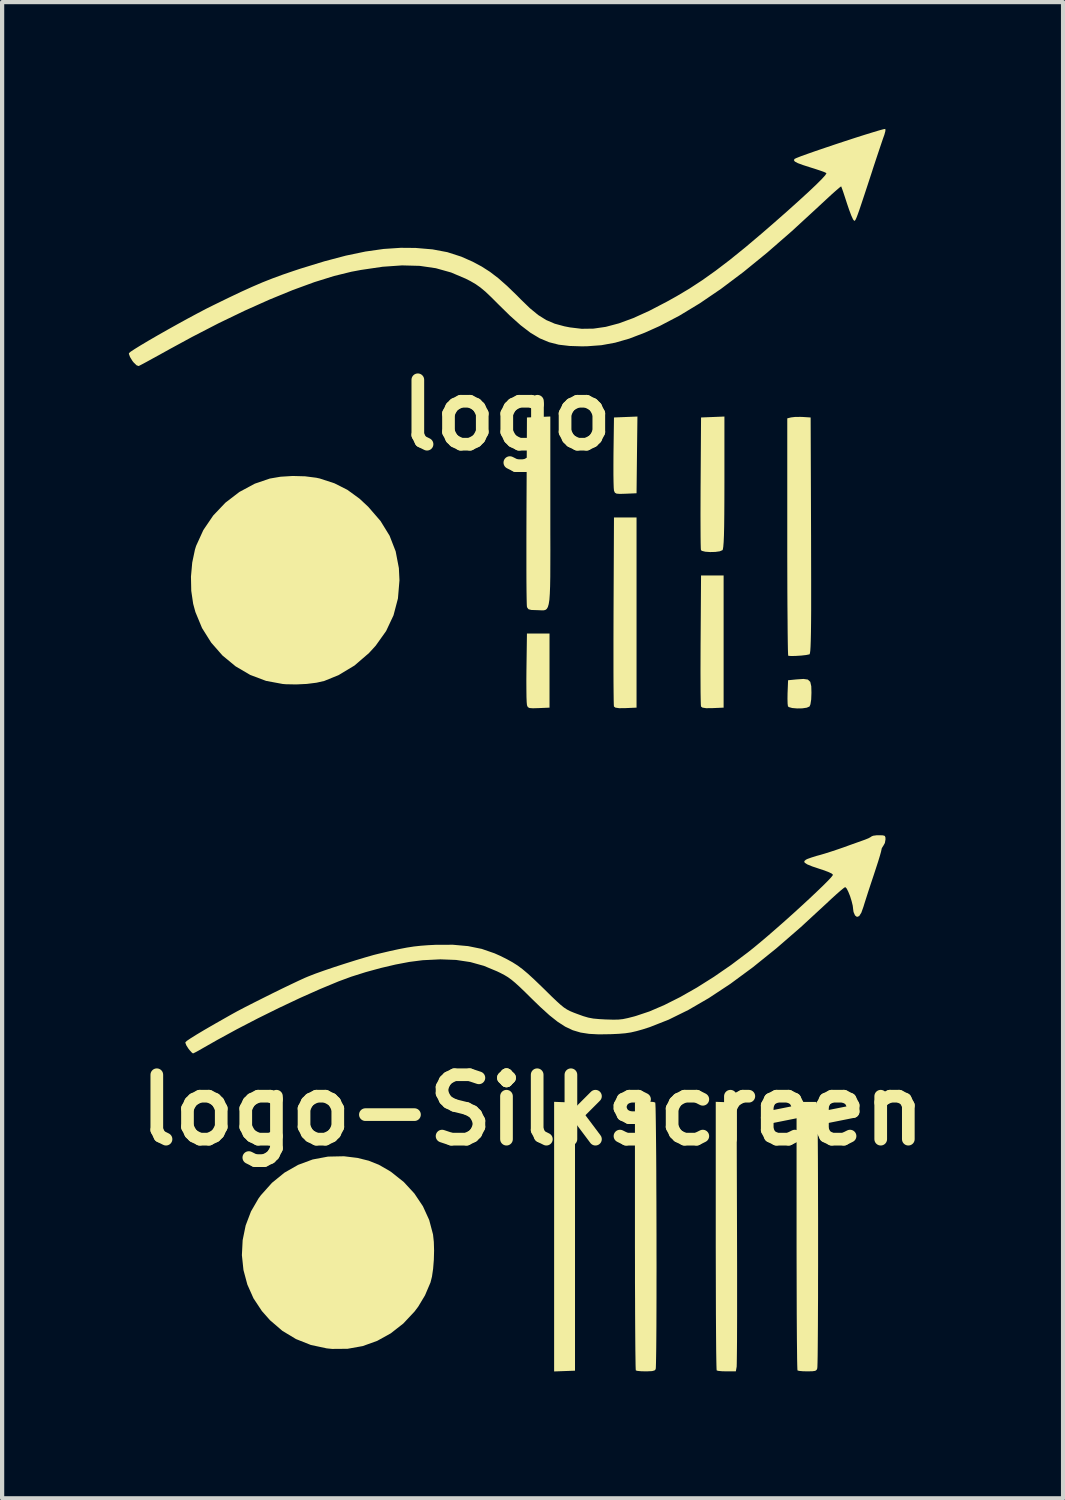
<source format=kicad_pcb>
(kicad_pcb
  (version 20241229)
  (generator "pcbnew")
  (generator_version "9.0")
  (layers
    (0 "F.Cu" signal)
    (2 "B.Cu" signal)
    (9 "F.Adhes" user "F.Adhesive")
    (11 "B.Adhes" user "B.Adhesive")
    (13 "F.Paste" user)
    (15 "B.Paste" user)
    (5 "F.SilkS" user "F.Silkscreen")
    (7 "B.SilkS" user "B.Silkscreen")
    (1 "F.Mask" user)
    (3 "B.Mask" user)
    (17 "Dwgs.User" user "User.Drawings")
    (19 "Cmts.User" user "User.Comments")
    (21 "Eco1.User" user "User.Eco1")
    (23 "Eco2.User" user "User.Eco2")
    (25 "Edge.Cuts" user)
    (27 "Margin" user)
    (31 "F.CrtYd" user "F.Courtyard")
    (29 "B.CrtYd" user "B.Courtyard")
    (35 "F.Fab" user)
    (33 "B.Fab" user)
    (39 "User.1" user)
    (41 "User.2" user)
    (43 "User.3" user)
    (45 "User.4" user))
  (footprint "logo"
    (layer "F.Cu")
    (at 8.94 6.77)
    (property "Reference" "logo" (at 0 0 0) (layer "F.SilkS") (effects (font (size 1.524 1.524) (thickness 0.3))))
    (attr board_only exclude_from_pos_files exclude_from_bom)
    (fp_poly (pts (xy 1.011 6.922) (xy 0.754 6.933) (xy 0.617 6.937) (xy 0.538 6.931) (xy 0.498 6.91) (xy 0.479 6.868) (xy 0.477 6.857) (xy 0.471 6.794) (xy 0.466 6.667) (xy 0.464 6.489) (xy 0.463 6.274) (xy 0.465 6.034) (xy 0.466 5.969) (xy 0.477 5.168) (xy 1.011 5.168)) (stroke (width 0) (type solid)) (fill yes) (layer "F.SilkS"))
    (fp_poly (pts (xy 5.13 6.922) (xy 4.872 6.933) (xy 4.717 6.935) (xy 4.628 6.921) (xy 4.595 6.895) (xy 4.591 6.847) (xy 4.588 6.732) (xy 4.585 6.556) (xy 4.584 6.33) (xy 4.583 6.062) (xy 4.584 5.759) (xy 4.585 5.43) (xy 4.586 5.32) (xy 4.596 3.795) (xy 5.13 3.795)) (stroke (width 0) (type solid)) (fill yes) (layer "F.SilkS"))
    (fp_poly (pts (xy 3.07 6.922) (xy 2.812 6.933) (xy 2.658 6.935) (xy 2.568 6.921) (xy 2.535 6.895) (xy 2.532 6.849) (xy 2.529 6.733) (xy 2.527 6.555) (xy 2.525 6.322) (xy 2.524 6.039) (xy 2.524 5.715) (xy 2.524 5.357) (xy 2.525 4.97) (xy 2.526 4.634) (xy 2.536 2.422) (xy 3.07 2.422)) (stroke (width 0) (type solid)) (fill yes) (layer "F.SilkS"))
    (fp_poly (pts (xy 3.08 0.942) (xy 3.07 1.85) (xy 2.814 1.861) (xy 2.677 1.865) (xy 2.598 1.859) (xy 2.558 1.837) (xy 2.539 1.795) (xy 2.536 1.785) (xy 2.53 1.722) (xy 2.526 1.595) (xy 2.523 1.417) (xy 2.523 1.201) (xy 2.524 0.959) (xy 2.525 0.877) (xy 2.536 0.057) (xy 2.813 0.046) (xy 3.091 0.035)) (stroke (width 0) (type solid)) (fill yes) (layer "F.SilkS"))
    (fp_poly (pts (xy 7.123 6.258) (xy 7.18 6.312) (xy 7.204 6.417) (xy 7.208 6.57) (xy 7.202 6.729) (xy 7.184 6.844) (xy 7.162 6.895) (xy 7.098 6.923) (xy 6.991 6.939) (xy 6.868 6.941) (xy 6.753 6.931) (xy 6.673 6.909) (xy 6.652 6.89) (xy 6.644 6.828) (xy 6.641 6.714) (xy 6.643 6.571) (xy 6.644 6.556) (xy 6.655 6.274) (xy 6.855 6.254) (xy 7.02 6.243)) (stroke (width 0) (type solid)) (fill yes) (layer "F.SilkS"))
    (fp_poly (pts (xy 5.149 1.593) (xy 5.148 2.008) (xy 5.146 2.352) (xy 5.143 2.63) (xy 5.138 2.846) (xy 5.131 3.006) (xy 5.122 3.115) (xy 5.112 3.177) (xy 5.103 3.196) (xy 5.04 3.223) (xy 4.934 3.238) (xy 4.811 3.241) (xy 4.697 3.233) (xy 4.616 3.213) (xy 4.594 3.194) (xy 4.59 3.147) (xy 4.587 3.031) (xy 4.585 2.856) (xy 4.584 2.63) (xy 4.583 2.361) (xy 4.584 2.058) (xy 4.585 1.728) (xy 4.586 1.602) (xy 4.596 0.057) (xy 4.872 0.046) (xy 5.149 0.035)) (stroke (width 0) (type solid)) (fill yes) (layer "F.SilkS"))
    (fp_poly (pts (xy 1.03 2.301) (xy 1.03 2.781) (xy 1.031 3.19) (xy 1.03 3.534) (xy 1.029 3.818) (xy 1.025 4.048) (xy 1.018 4.23) (xy 1.008 4.37) (xy 0.992 4.472) (xy 0.972 4.542) (xy 0.945 4.587) (xy 0.912 4.611) (xy 0.87 4.62) (xy 0.82 4.62) (xy 0.761 4.617) (xy 0.703 4.615) (xy 0.582 4.611) (xy 0.516 4.595) (xy 0.485 4.558) (xy 0.476 4.529) (xy 0.473 4.476) (xy 0.47 4.354) (xy 0.467 4.169) (xy 0.465 3.93) (xy 0.464 3.642) (xy 0.464 3.314) (xy 0.464 2.952) (xy 0.465 2.564) (xy 0.466 2.25) (xy 0.477 0.057) (xy 0.753 0.046) (xy 1.03 0.034)) (stroke (width 0) (type solid)) (fill yes) (layer "F.SilkS"))
    (fp_poly (pts (xy 7.001 0.045) (xy 7.189 0.057) (xy 7.199 2.852) (xy 7.2 3.401) (xy 7.201 3.878) (xy 7.201 4.287) (xy 7.201 4.633) (xy 7.199 4.921) (xy 7.196 5.154) (xy 7.192 5.338) (xy 7.187 5.475) (xy 7.181 5.572) (xy 7.173 5.631) (xy 7.164 5.659) (xy 7.161 5.661) (xy 7.082 5.677) (xy 6.968 5.69) (xy 6.844 5.698) (xy 6.736 5.701) (xy 6.668 5.696) (xy 6.658 5.692) (xy 6.655 5.651) (xy 6.651 5.54) (xy 6.648 5.365) (xy 6.645 5.131) (xy 6.643 4.846) (xy 6.64 4.514) (xy 6.638 4.142) (xy 6.637 3.736) (xy 6.636 3.302) (xy 6.636 2.874) (xy 6.636 0.078) (xy 6.724 0.056) (xy 6.815 0.045) (xy 6.942 0.043)) (stroke (width 0) (type solid)) (fill yes) (layer "F.SilkS"))
    (fp_poly (pts (xy -4.772 1.449) (xy -4.506 1.483) (xy -4.424 1.501) (xy -4.078 1.614) (xy -3.771 1.769) (xy -3.483 1.979) (xy -3.277 2.171) (xy -2.988 2.505) (xy -2.773 2.854) (xy -2.629 3.224) (xy -2.553 3.621) (xy -2.539 3.909) (xy -2.575 4.339) (xy -2.68 4.738) (xy -2.855 5.11) (xy -3.102 5.457) (xy -3.26 5.63) (xy -3.602 5.925) (xy -3.98 6.153) (xy -4.32 6.291) (xy -4.501 6.332) (xy -4.732 6.361) (xy -4.984 6.373) (xy -5.233 6.368) (xy -5.302 6.362) (xy -5.696 6.289) (xy -6.07 6.148) (xy -6.416 5.945) (xy -6.727 5.688) (xy -6.994 5.383) (xy -7.21 5.039) (xy -7.367 4.66) (xy -7.42 4.465) (xy -7.465 4.159) (xy -7.472 3.823) (xy -7.442 3.489) (xy -7.378 3.184) (xy -7.351 3.097) (xy -7.179 2.72) (xy -6.945 2.376) (xy -6.657 2.073) (xy -6.326 1.819) (xy -5.961 1.623) (xy -5.606 1.502) (xy -5.355 1.459) (xy -5.066 1.441)) (stroke (width 0) (type solid)) (fill yes) (layer "F.SilkS"))
    (fp_poly (pts (xy 8.956 -6.77) (xy 8.958 -6.723) (xy 8.935 -6.638) (xy 8.931 -6.625) (xy 8.904 -6.551) (xy 8.859 -6.418) (xy 8.799 -6.24) (xy 8.729 -6.03) (xy 8.654 -5.803) (xy 8.653 -5.797) (xy 8.546 -5.47) (xy 8.46 -5.209) (xy 8.392 -5.005) (xy 8.341 -4.853) (xy 8.302 -4.744) (xy 8.274 -4.671) (xy 8.254 -4.627) (xy 8.239 -4.604) (xy 8.226 -4.596) (xy 8.219 -4.596) (xy 8.192 -4.63) (xy 8.15 -4.722) (xy 8.099 -4.858) (xy 8.052 -4.996) (xy 7.999 -5.159) (xy 7.955 -5.292) (xy 7.923 -5.381) (xy 7.911 -5.411) (xy 7.881 -5.39) (xy 7.804 -5.325) (xy 7.689 -5.223) (xy 7.546 -5.091) (xy 7.382 -4.939) (xy 7.372 -4.929) (xy 6.746 -4.353) (xy 6.156 -3.839) (xy 5.599 -3.385) (xy 5.07 -2.987) (xy 4.565 -2.643) (xy 4.081 -2.35) (xy 3.613 -2.105) (xy 3.265 -1.949) (xy 2.897 -1.808) (xy 2.563 -1.712) (xy 2.24 -1.653) (xy 1.903 -1.628) (xy 1.773 -1.626) (xy 1.485 -1.635) (xy 1.23 -1.665) (xy 0.999 -1.724) (xy 0.779 -1.816) (xy 0.559 -1.948) (xy 0.328 -2.125) (xy 0.074 -2.352) (xy -0.191 -2.612) (xy -0.367 -2.788) (xy -0.506 -2.92) (xy -0.625 -3.019) (xy -0.737 -3.098) (xy -0.859 -3.169) (xy -0.973 -3.227) (xy -1.317 -3.373) (xy -1.677 -3.474) (xy -2.061 -3.53) (xy -2.478 -3.541) (xy -2.937 -3.509) (xy -3.447 -3.434) (xy -3.676 -3.391) (xy -4.087 -3.29) (xy -4.552 -3.145) (xy -5.063 -2.958) (xy -5.615 -2.732) (xy -6.2 -2.47) (xy -6.813 -2.175) (xy -7.446 -1.848) (xy -7.963 -1.567) (xy -8.174 -1.45) (xy -8.365 -1.345) (xy -8.523 -1.258) (xy -8.639 -1.196) (xy -8.703 -1.163) (xy -8.709 -1.16) (xy -8.758 -1.177) (xy -8.826 -1.242) (xy -8.857 -1.281) (xy -8.914 -1.374) (xy -8.94 -1.446) (xy -8.939 -1.464) (xy -8.901 -1.498) (xy -8.804 -1.562) (xy -8.66 -1.651) (xy -8.477 -1.76) (xy -8.265 -1.883) (xy -8.034 -2.014) (xy -7.794 -2.148) (xy -7.554 -2.28) (xy -7.323 -2.404) (xy -7.112 -2.515) (xy -6.943 -2.599) (xy -6.587 -2.773) (xy -6.284 -2.917) (xy -6.019 -3.037) (xy -5.777 -3.141) (xy -5.544 -3.233) (xy -5.305 -3.321) (xy -5.045 -3.41) (xy -4.882 -3.464) (xy -4.318 -3.637) (xy -3.808 -3.772) (xy -3.343 -3.869) (xy -2.914 -3.93) (xy -2.509 -3.957) (xy -2.155 -3.954) (xy -1.757 -3.92) (xy -1.406 -3.854) (xy -1.077 -3.748) (xy -0.806 -3.628) (xy -0.595 -3.515) (xy -0.398 -3.389) (xy -0.203 -3.24) (xy 0.006 -3.056) (xy 0.243 -2.827) (xy 0.324 -2.744) (xy 0.546 -2.529) (xy 0.743 -2.367) (xy 0.933 -2.248) (xy 1.134 -2.162) (xy 1.362 -2.1) (xy 1.495 -2.074) (xy 1.771 -2.041) (xy 2.051 -2.045) (xy 2.342 -2.087) (xy 2.654 -2.17) (xy 2.994 -2.295) (xy 3.371 -2.466) (xy 3.791 -2.685) (xy 4.024 -2.815) (xy 4.323 -2.993) (xy 4.627 -3.192) (xy 4.942 -3.416) (xy 5.279 -3.673) (xy 5.645 -3.969) (xy 6.049 -4.311) (xy 6.305 -4.533) (xy 6.626 -4.815) (xy 6.903 -5.064) (xy 7.136 -5.277) (xy 7.321 -5.452) (xy 7.455 -5.586) (xy 7.537 -5.677) (xy 7.563 -5.722) (xy 7.561 -5.725) (xy 7.514 -5.748) (xy 7.412 -5.785) (xy 7.273 -5.831) (xy 7.208 -5.851) (xy 7.014 -5.913) (xy 6.886 -5.96) (xy 6.815 -5.998) (xy 6.793 -6.031) (xy 6.808 -6.06) (xy 6.854 -6.082) (xy 6.96 -6.124) (xy 7.116 -6.18) (xy 7.309 -6.248) (xy 7.53 -6.323) (xy 7.767 -6.403) (xy 8.009 -6.483) (xy 8.245 -6.56) (xy 8.465 -6.63) (xy 8.657 -6.689) (xy 8.81 -6.735) (xy 8.913 -6.763) (xy 8.956 -6.77)) (stroke (width 0) (type solid)) (fill yes) (layer "F.SilkS")))
  (footprint "logo-Silkscreen"
    (layer "F.Cu")
    (at 9.55 23.212)
    (property "Reference" "logo-Silkscreen" (at 0 0 0) (layer "F.SilkS") (effects (font (size 1.524 1.524) (thickness 0.3))))
    (attr board_only exclude_from_pos_files exclude_from_bom)
    (fp_poly (pts (xy 1.004 -0.175) (xy 1.004 6.167) (xy 0.51 6.185) (xy 0.51 -0.194)) (stroke (width 0) (type solid)) (fill yes) (layer "F.SilkS"))
    (fp_poly (pts (xy 4.581 -0.185) (xy 4.828 -0.175) (xy 4.837 2.9) (xy 4.838 3.34) (xy 4.839 3.762) (xy 4.839 4.164) (xy 4.839 4.54) (xy 4.839 4.885) (xy 4.838 5.196) (xy 4.837 5.468) (xy 4.835 5.695) (xy 4.833 5.874) (xy 4.831 6.001) (xy 4.829 6.069) (xy 4.828 6.079) (xy 4.809 6.183) (xy 4.593 6.183) (xy 4.481 6.18) (xy 4.396 6.172) (xy 4.356 6.161) (xy 4.353 6.127) (xy 4.35 6.034) (xy 4.347 5.885) (xy 4.344 5.685) (xy 4.342 5.44) (xy 4.34 5.151) (xy 4.338 4.826) (xy 4.337 4.466) (xy 4.336 4.077) (xy 4.335 3.664) (xy 4.334 3.23) (xy 4.334 2.973) (xy 4.334 -0.194)) (stroke (width 0) (type solid)) (fill yes) (layer "F.SilkS"))
    (fp_poly (pts (xy -4.143 1.133) (xy -3.877 1.199) (xy -3.637 1.295) (xy -3.398 1.432) (xy -3.341 1.469) (xy -3.046 1.704) (xy -2.796 1.975) (xy -2.594 2.277) (xy -2.446 2.601) (xy -2.356 2.94) (xy -2.355 2.945) (xy -2.336 3.121) (xy -2.33 3.328) (xy -2.336 3.546) (xy -2.353 3.757) (xy -2.38 3.942) (xy -2.415 4.08) (xy -2.545 4.385) (xy -2.706 4.653) (xy -2.792 4.767) (xy -3.058 5.051) (xy -3.354 5.283) (xy -3.677 5.462) (xy -4.019 5.585) (xy -4.377 5.649) (xy -4.743 5.652) (xy -4.87 5.639) (xy -5.247 5.558) (xy -5.597 5.419) (xy -5.92 5.224) (xy -6.211 4.974) (xy -6.404 4.756) (xy -6.603 4.455) (xy -6.748 4.129) (xy -6.84 3.786) (xy -6.877 3.433) (xy -6.859 3.078) (xy -6.788 2.731) (xy -6.662 2.399) (xy -6.482 2.089) (xy -6.428 2.016) (xy -6.165 1.722) (xy -5.87 1.482) (xy -5.548 1.298) (xy -5.203 1.17) (xy -4.84 1.102) (xy -4.462 1.094)) (stroke (width 0) (type solid)) (fill yes) (layer "F.SilkS"))
    (fp_poly (pts (xy 6.736 0.024) (xy 6.739 0.09) (xy 6.742 0.211) (xy 6.744 0.384) (xy 6.747 0.602) (xy 6.749 0.86) (xy 6.751 1.153) (xy 6.752 1.474) (xy 6.753 1.819) (xy 6.754 2.182) (xy 6.755 2.558) (xy 6.755 2.941) (xy 6.755 3.325) (xy 6.755 3.706) (xy 6.754 4.078) (xy 6.754 4.435) (xy 6.752 4.772) (xy 6.751 5.084) (xy 6.749 5.364) (xy 6.747 5.608) (xy 6.745 5.81) (xy 6.742 5.965) (xy 6.739 6.067) (xy 6.736 6.111) (xy 6.736 6.111) (xy 6.72 6.149) (xy 6.687 6.171) (xy 6.623 6.18) (xy 6.51 6.183) (xy 6.503 6.183) (xy 6.392 6.18) (xy 6.307 6.172) (xy 6.268 6.161) (xy 6.265 6.127) (xy 6.262 6.034) (xy 6.259 5.885) (xy 6.257 5.685) (xy 6.254 5.44) (xy 6.252 5.151) (xy 6.25 4.826) (xy 6.249 4.466) (xy 6.248 4.078) (xy 6.247 3.664) (xy 6.246 3.23) (xy 6.246 2.974) (xy 6.246 -0.191) (xy 6.715 -0.191)) (stroke (width 0) (type solid)) (fill yes) (layer "F.SilkS"))
    (fp_poly (pts (xy 2.854 -0.191) (xy 2.901 -0.178) (xy 2.902 -0.177) (xy 2.906 -0.142) (xy 2.91 -0.048) (xy 2.913 0.099) (xy 2.916 0.293) (xy 2.919 0.531) (xy 2.922 0.805) (xy 2.925 1.112) (xy 2.927 1.446) (xy 2.928 1.801) (xy 2.93 2.173) (xy 2.931 2.555) (xy 2.932 2.944) (xy 2.932 3.332) (xy 2.933 3.716) (xy 2.932 4.09) (xy 2.932 4.449) (xy 2.931 4.786) (xy 2.93 5.098) (xy 2.928 5.379) (xy 2.926 5.624) (xy 2.923 5.826) (xy 2.92 5.982) (xy 2.917 6.085) (xy 2.913 6.131) (xy 2.913 6.132) (xy 2.886 6.161) (xy 2.826 6.177) (xy 2.719 6.182) (xy 2.679 6.183) (xy 2.567 6.18) (xy 2.483 6.172) (xy 2.443 6.161) (xy 2.44 6.127) (xy 2.437 6.034) (xy 2.435 5.885) (xy 2.432 5.685) (xy 2.43 5.44) (xy 2.428 5.152) (xy 2.426 4.826) (xy 2.425 4.466) (xy 2.423 4.078) (xy 2.423 3.664) (xy 2.422 3.23) (xy 2.422 2.977) (xy 2.422 -0.186) (xy 2.647 -0.197) (xy 2.763 -0.198)) (stroke (width 0) (type solid)) (fill yes) (layer "F.SilkS"))
    (fp_poly (pts (xy 8.286 -6.499) (xy 8.332 -6.486) (xy 8.348 -6.452) (xy 8.35 -6.403) (xy 8.335 -6.317) (xy 8.302 -6.258) (xy 8.262 -6.194) (xy 8.254 -6.156) (xy 8.244 -6.11) (xy 8.217 -6.014) (xy 8.176 -5.879) (xy 8.123 -5.716) (xy 8.067 -5.545) (xy 8.003 -5.353) (xy 7.942 -5.168) (xy 7.89 -5.005) (xy 7.849 -4.877) (xy 7.828 -4.808) (xy 7.778 -4.668) (xy 7.727 -4.588) (xy 7.675 -4.569) (xy 7.629 -4.604) (xy 7.594 -4.685) (xy 7.585 -4.747) (xy 7.575 -4.834) (xy 7.548 -4.944) (xy 7.512 -5.06) (xy 7.47 -5.164) (xy 7.431 -5.241) (xy 7.398 -5.274) (xy 7.396 -5.274) (xy 7.363 -5.253) (xy 7.292 -5.195) (xy 7.191 -5.107) (xy 7.069 -4.996) (xy 6.955 -4.889) (xy 6.347 -4.328) (xy 5.766 -3.824) (xy 5.21 -3.376) (xy 4.678 -2.984) (xy 4.169 -2.648) (xy 3.683 -2.366) (xy 3.218 -2.137) (xy 2.774 -1.962) (xy 2.613 -1.91) (xy 2.46 -1.867) (xy 2.327 -1.836) (xy 2.194 -1.816) (xy 2.04 -1.803) (xy 1.844 -1.794) (xy 1.832 -1.794) (xy 1.567 -1.79) (xy 1.338 -1.802) (xy 1.136 -1.833) (xy 0.951 -1.888) (xy 0.773 -1.972) (xy 0.593 -2.088) (xy 0.399 -2.242) (xy 0.183 -2.438) (xy -0.003 -2.618) (xy -0.171 -2.784) (xy -0.304 -2.912) (xy -0.411 -3.009) (xy -0.5 -3.083) (xy -0.581 -3.142) (xy -0.664 -3.192) (xy -0.757 -3.241) (xy -0.84 -3.281) (xy -1.152 -3.411) (xy -1.471 -3.5) (xy -1.81 -3.551) (xy -2.18 -3.565) (xy -2.591 -3.545) (xy -2.629 -3.541) (xy -2.916 -3.504) (xy -3.242 -3.442) (xy -3.591 -3.36) (xy -3.946 -3.263) (xy -4.288 -3.155) (xy -4.589 -3.044) (xy -5.025 -2.863) (xy -5.497 -2.653) (xy -5.991 -2.42) (xy -6.493 -2.172) (xy -6.987 -1.916) (xy -7.458 -1.659) (xy -7.792 -1.469) (xy -7.898 -1.408) (xy -7.982 -1.363) (xy -8.03 -1.34) (xy -8.035 -1.339) (xy -8.065 -1.362) (xy -8.117 -1.42) (xy -8.142 -1.452) (xy -8.191 -1.529) (xy -8.214 -1.589) (xy -8.213 -1.604) (xy -8.18 -1.636) (xy -8.093 -1.695) (xy -7.954 -1.782) (xy -7.76 -1.898) (xy -7.511 -2.042) (xy -7.206 -2.215) (xy -7.107 -2.271) (xy -6.976 -2.343) (xy -6.804 -2.433) (xy -6.602 -2.536) (xy -6.381 -2.647) (xy -6.153 -2.761) (xy -5.929 -2.871) (xy -5.719 -2.972) (xy -5.535 -3.059) (xy -5.387 -3.127) (xy -5.306 -3.161) (xy -5.142 -3.225) (xy -4.932 -3.3) (xy -4.693 -3.381) (xy -4.44 -3.463) (xy -4.189 -3.542) (xy -3.956 -3.612) (xy -3.757 -3.669) (xy -3.649 -3.696) (xy -3.382 -3.759) (xy -3.162 -3.807) (xy -2.975 -3.843) (xy -2.807 -3.869) (xy -2.642 -3.887) (xy -2.467 -3.9) (xy -2.285 -3.909) (xy -1.883 -3.91) (xy -1.526 -3.878) (xy -1.202 -3.812) (xy -0.901 -3.708) (xy -0.76 -3.645) (xy -0.606 -3.568) (xy -0.474 -3.495) (xy -0.354 -3.419) (xy -0.236 -3.331) (xy -0.109 -3.224) (xy 0.037 -3.09) (xy 0.213 -2.921) (xy 0.291 -2.845) (xy 0.448 -2.69) (xy 0.57 -2.574) (xy 0.665 -2.488) (xy 0.743 -2.425) (xy 0.815 -2.378) (xy 0.888 -2.34) (xy 0.974 -2.304) (xy 1.056 -2.273) (xy 1.2 -2.221) (xy 1.32 -2.186) (xy 1.438 -2.164) (xy 1.579 -2.151) (xy 1.724 -2.143) (xy 1.893 -2.138) (xy 2.023 -2.139) (xy 2.136 -2.151) (xy 2.256 -2.176) (xy 2.408 -2.215) (xy 2.449 -2.227) (xy 2.766 -2.333) (xy 3.117 -2.484) (xy 3.493 -2.673) (xy 3.887 -2.897) (xy 4.29 -3.151) (xy 4.696 -3.431) (xy 5.095 -3.731) (xy 5.231 -3.839) (xy 5.396 -3.976) (xy 5.579 -4.131) (xy 5.773 -4.3) (xy 5.974 -4.477) (xy 6.175 -4.657) (xy 6.37 -4.835) (xy 6.554 -5.005) (xy 6.721 -5.163) (xy 6.865 -5.301) (xy 6.981 -5.417) (xy 7.062 -5.503) (xy 7.103 -5.556) (xy 7.107 -5.566) (xy 7.078 -5.594) (xy 6.996 -5.633) (xy 6.871 -5.679) (xy 6.791 -5.705) (xy 6.615 -5.764) (xy 6.498 -5.812) (xy 6.437 -5.852) (xy 6.428 -5.889) (xy 6.468 -5.923) (xy 6.505 -5.941) (xy 6.597 -5.974) (xy 6.718 -6.012) (xy 6.804 -6.035) (xy 6.913 -6.067) (xy 7.061 -6.114) (xy 7.226 -6.169) (xy 7.362 -6.216) (xy 7.519 -6.273) (xy 7.668 -6.326) (xy 7.791 -6.37) (xy 7.864 -6.396) (xy 7.95 -6.431) (xy 8.007 -6.463) (xy 8.017 -6.472) (xy 8.057 -6.489) (xy 8.138 -6.5) (xy 8.192 -6.501)) (stroke (width 0) (type solid)) (fill yes) (layer "F.SilkS")))
  (gr_rect
    (start -3 -3)
    (end 22.101 32.398)
    (stroke (width 0.1) (type default))
    (fill no)
    (layer "Edge.Cuts")))
</source>
